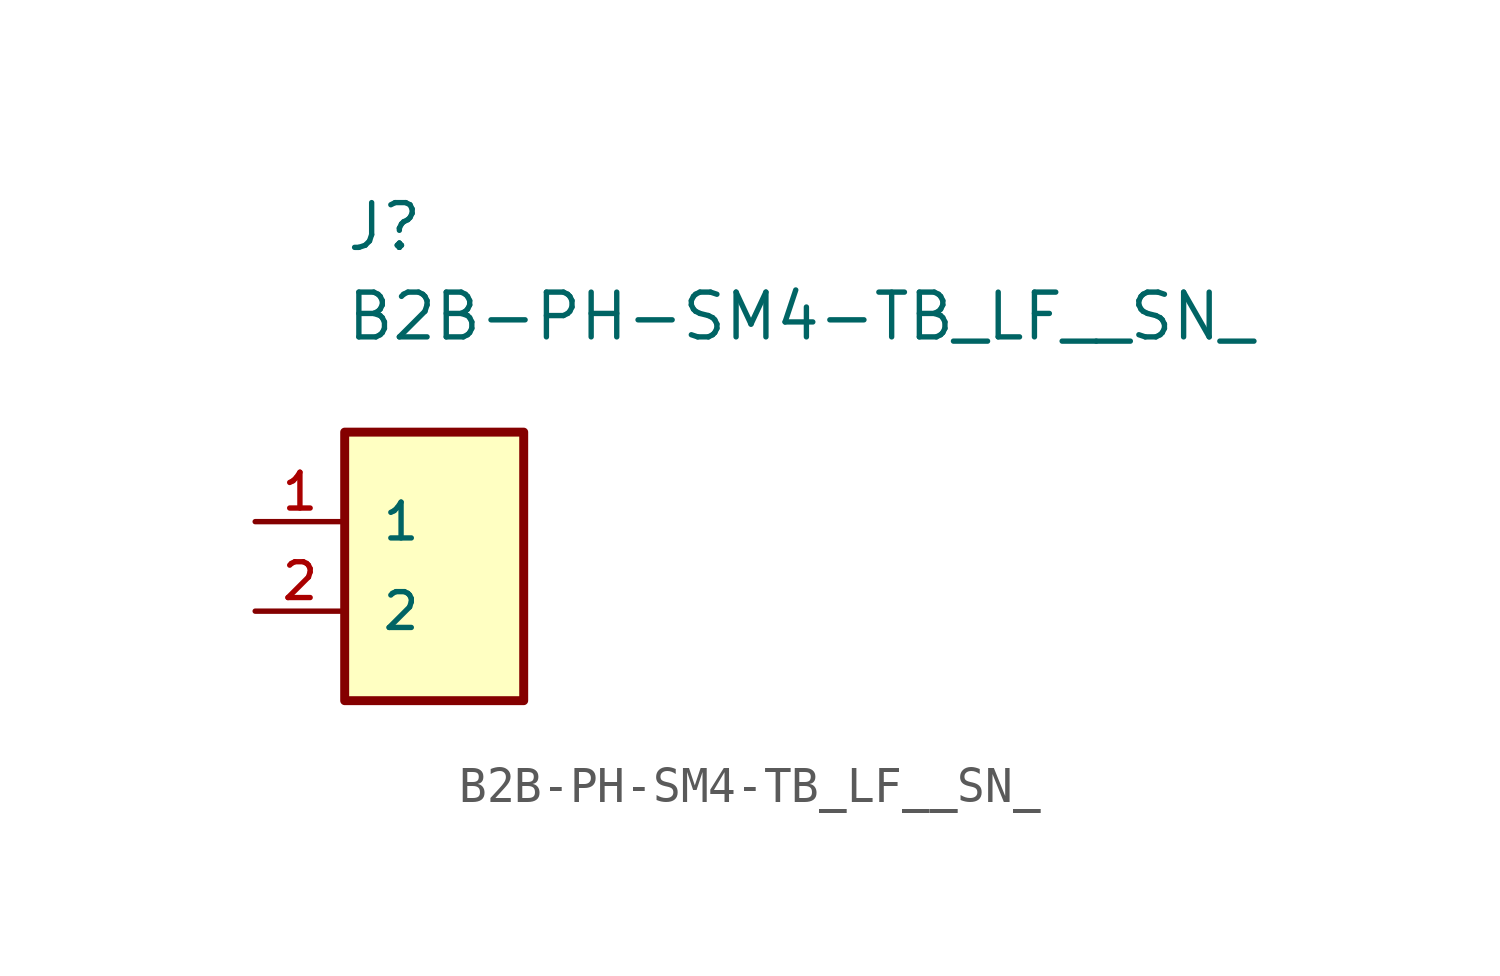
<source format=kicad_sym>
(kicad_symbol_lib
  (version 20211014)
  (generator kicad_symbol_editor)
  (symbol "B2B-PH-SM4-TB_LF__SN_"
    (pin_names
      (offset 1.016))
    (property "Reference" "J"
      (at -2.54 7.62 0)
      (effects (font (size 1.27 1.27)) (justify bottom left)))
    (property "Value" "B2B-PH-SM4-TB_LF__SN_"
      (at -2.54 5.08 0)
      (effects (font (size 1.27 1.27)) (justify bottom left)))
    (symbol "B2B-PH-SM4-TB_LF__SN__0_0"
      (rectangle (start -2.54 -5.08) (end 2.54 2.54) (stroke (width 0.254)) (fill (type background)))
      (pin bidirectional line (at -5.08 0.0 0) (length 2.54) (name "1" (effects (font (size 1.016 1.016)))) (number "1" (effects (font (size 1.016 1.016)))))
      (pin bidirectional line (at -5.08 -2.54 0) (length 2.54) (name "2" (effects (font (size 1.016 1.016)))) (number "2" (effects (font (size 1.016 1.016))))))))
</source>
